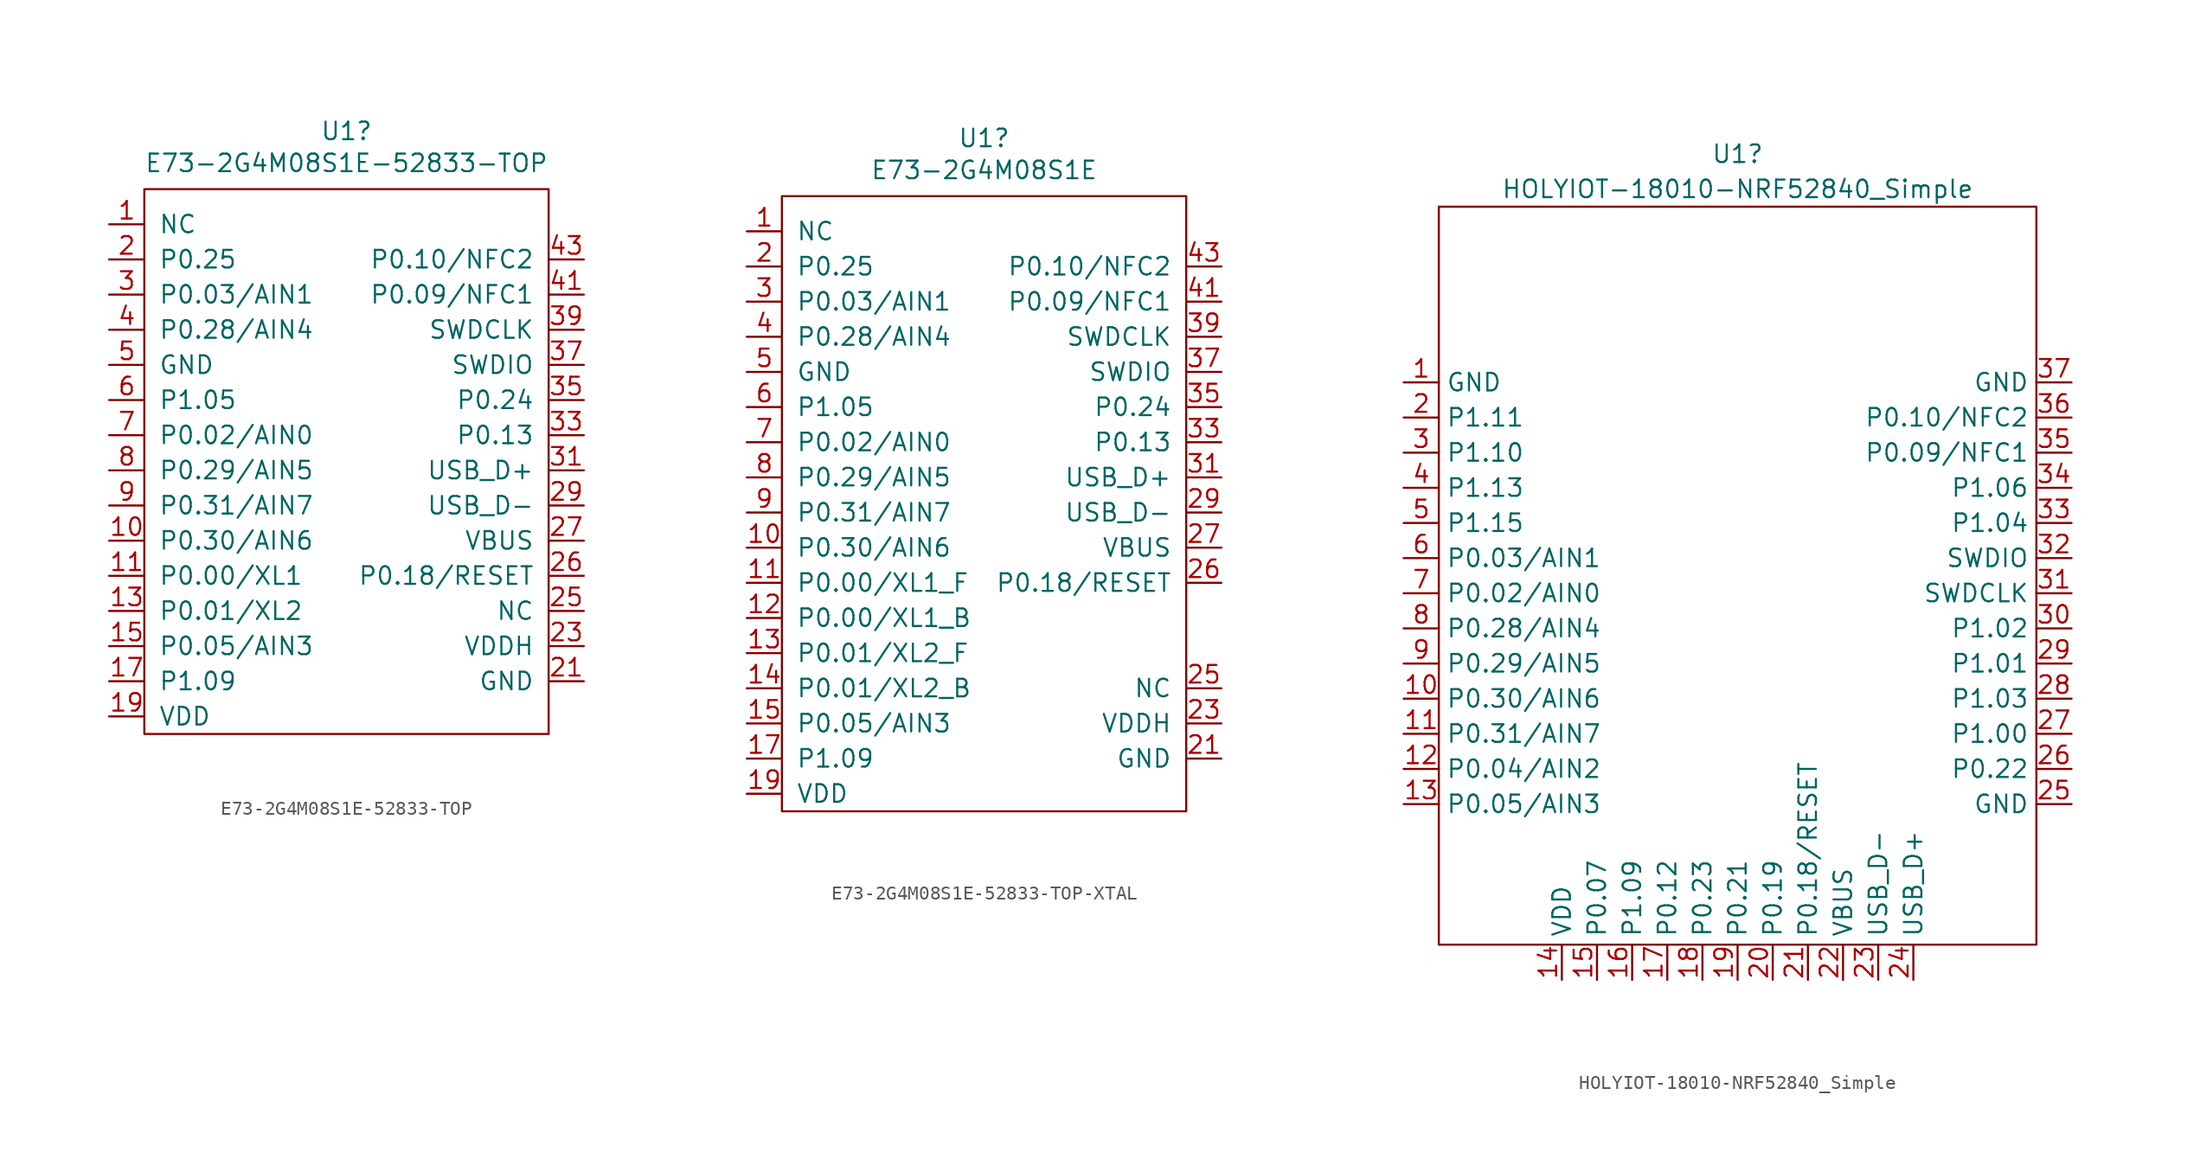
<source format=kicad_sym>
(kicad_symbol_lib
  (version 20231120)
  (generator "kicad_symbol_editor")
  (generator_version "8.0")
  (symbol "E73-2G4M08S1E-52833-TOP"
    (pin_names
      (offset 1.016))
    (property "Reference" "U1"
      (at -0.635 34.671 0)
      (effects (font (size 1.27 1.27))))
    (property "Value" "E73-2G4M08S1E-52833-TOP"
      (at -0.635 32.36 0)
      (effects (font (size 1.27 1.27))))
    (symbol "E73-2G4M08S1E-52833-TOP_0_1"
      (rectangle (start -15.24 30.48) (end 13.97 -8.89) (stroke (width 0) (type default)) (fill (type none))))
    (symbol "E73-2G4M08S1E-52833-TOP_1_1"
      (pin input line (at -17.78 27.94 0) (length 2.54) (name "NC" (effects (font (size 1.27 1.27)))) (number "1" (effects (font (size 1.27 1.27)))))
      (pin input line (at -17.78 5.08 0) (length 2.54) (name "P0.30/AIN6" (effects (font (size 1.27 1.27)))) (number "10" (effects (font (size 1.27 1.27)))))
      (pin input line (at -17.78 2.54 0) (length 2.54) (name "P0.00/XL1" (effects (font (size 1.27 1.27)))) (number "11" (effects (font (size 1.27 1.27)))))
      (pin input line (at -17.78 0 0) (length 2.54) (name "P0.01/XL2" (effects (font (size 1.27 1.27)))) (number "13" (effects (font (size 1.27 1.27)))))
      (pin input line (at -17.78 -2.54 0) (length 2.54) (name "P0.05/AIN3" (effects (font (size 1.27 1.27)))) (number "15" (effects (font (size 1.27 1.27)))))
      (pin input line (at -17.78 -5.08 0) (length 2.54) (name "P1.09" (effects (font (size 1.27 1.27)))) (number "17" (effects (font (size 1.27 1.27)))))
      (pin power_in line (at -17.78 -7.62 0) (length 2.54) (name "VDD" (effects (font (size 1.27 1.27)))) (number "19" (effects (font (size 1.27 1.27)))))
      (pin input line (at -17.78 25.4 0) (length 2.54) (name "P0.25" (effects (font (size 1.27 1.27)))) (number "2" (effects (font (size 1.27 1.27)))))
      (pin power_in line (at 16.51 -5.08 180) (length 2.54) (name "GND" (effects (font (size 1.27 1.27)))) (number "21" (effects (font (size 1.27 1.27)))))
      (pin power_in line (at 16.51 -2.54 180) (length 2.54) (name "VDDH" (effects (font (size 1.27 1.27)))) (number "23" (effects (font (size 1.27 1.27)))))
      (pin power_out line (at 16.51 0 180) (length 2.54) (name "NC" (effects (font (size 1.27 1.27)))) (number "25" (effects (font (size 1.27 1.27)))))
      (pin input line (at 16.51 2.54 180) (length 2.54) (name "P0.18/RESET" (effects (font (size 1.27 1.27)))) (number "26" (effects (font (size 1.27 1.27)))))
      (pin power_in line (at 16.51 5.08 180) (length 2.54) (name "VBUS" (effects (font (size 1.27 1.27)))) (number "27" (effects (font (size 1.27 1.27)))))
      (pin input line (at 16.51 7.62 180) (length 2.54) (name "USB_D-" (effects (font (size 1.27 1.27)))) (number "29" (effects (font (size 1.27 1.27)))))
      (pin input line (at -17.78 22.86 0) (length 2.54) (name "P0.03/AIN1" (effects (font (size 1.27 1.27)))) (number "3" (effects (font (size 1.27 1.27)))))
      (pin input line (at 16.51 10.16 180) (length 2.54) (name "USB_D+" (effects (font (size 1.27 1.27)))) (number "31" (effects (font (size 1.27 1.27)))))
      (pin input line (at 16.51 12.7 180) (length 2.54) (name "P0.13" (effects (font (size 1.27 1.27)))) (number "33" (effects (font (size 1.27 1.27)))))
      (pin input line (at 16.51 15.24 180) (length 2.54) (name "P0.24" (effects (font (size 1.27 1.27)))) (number "35" (effects (font (size 1.27 1.27)))))
      (pin input line (at 16.51 17.78 180) (length 2.54) (name "SWDIO" (effects (font (size 1.27 1.27)))) (number "37" (effects (font (size 1.27 1.27)))))
      (pin input line (at 16.51 20.32 180) (length 2.54) (name "SWDCLK" (effects (font (size 1.27 1.27)))) (number "39" (effects (font (size 1.27 1.27)))))
      (pin input line (at -17.78 20.32 0) (length 2.54) (name "P0.28/AIN4" (effects (font (size 1.27 1.27)))) (number "4" (effects (font (size 1.27 1.27)))))
      (pin input line (at 16.51 22.86 180) (length 2.54) (name "P0.09/NFC1" (effects (font (size 1.27 1.27)))) (number "41" (effects (font (size 1.27 1.27)))))
      (pin input line (at 16.51 25.4 180) (length 2.54) (name "P0.10/NFC2" (effects (font (size 1.27 1.27)))) (number "43" (effects (font (size 1.27 1.27)))))
      (pin power_in line (at -17.78 17.78 0) (length 2.54) (name "GND" (effects (font (size 1.27 1.27)))) (number "5" (effects (font (size 1.27 1.27)))))
      (pin input line (at -17.78 15.24 0) (length 2.54) (name "P1.05" (effects (font (size 1.27 1.27)))) (number "6" (effects (font (size 1.27 1.27)))))
      (pin input line (at -17.78 12.7 0) (length 2.54) (name "P0.02/AIN0" (effects (font (size 1.27 1.27)))) (number "7" (effects (font (size 1.27 1.27)))))
      (pin input line (at -17.78 10.16 0) (length 2.54) (name "P0.29/AIN5" (effects (font (size 1.27 1.27)))) (number "8" (effects (font (size 1.27 1.27)))))
      (pin input line (at -17.78 7.62 0) (length 2.54) (name "P0.31/AIN7" (effects (font (size 1.27 1.27)))) (number "9" (effects (font (size 1.27 1.27)))))))
  (symbol "E73-2G4M08S1E-52833-TOP-XTAL"
    (pin_names
      (offset 1.016))
    (property "Reference" "U1"
      (at -0.635 34.671 0)
      (effects (font (size 1.27 1.27))))
    (property "Value" "E73-2G4M08S1E"
      (at -0.635 32.36 0)
      (effects (font (size 1.27 1.27))))
    (symbol "E73-2G4M08S1E-52833-TOP-XTAL_0_1"
      (rectangle (start -15.24 30.48) (end 13.97 -13.97) (stroke (width 0) (type default)) (fill (type none))))
    (symbol "E73-2G4M08S1E-52833-TOP-XTAL_1_1"
      (pin input line (at -17.78 27.94 0) (length 2.54) (name "NC" (effects (font (size 1.27 1.27)))) (number "1" (effects (font (size 1.27 1.27)))))
      (pin input line (at -17.78 5.08 0) (length 2.54) (name "P0.30/AIN6" (effects (font (size 1.27 1.27)))) (number "10" (effects (font (size 1.27 1.27)))))
      (pin input line (at -17.78 2.54 0) (length 2.54) (name "P0.00/XL1_F" (effects (font (size 1.27 1.27)))) (number "11" (effects (font (size 1.27 1.27)))))
      (pin input line (at -17.78 0 0) (length 2.54) (name "P0.00/XL1_B" (effects (font (size 1.27 1.27)))) (number "12" (effects (font (size 1.27 1.27)))))
      (pin input line (at -17.78 -2.54 0) (length 2.54) (name "P0.01/XL2_F" (effects (font (size 1.27 1.27)))) (number "13" (effects (font (size 1.27 1.27)))))
      (pin input line (at -17.78 -5.08 0) (length 2.54) (name "P0.01/XL2_B" (effects (font (size 1.27 1.27)))) (number "14" (effects (font (size 1.27 1.27)))))
      (pin input line (at -17.78 -7.62 0) (length 2.54) (name "P0.05/AIN3" (effects (font (size 1.27 1.27)))) (number "15" (effects (font (size 1.27 1.27)))))
      (pin input line (at -17.78 -10.16 0) (length 2.54) (name "P1.09" (effects (font (size 1.27 1.27)))) (number "17" (effects (font (size 1.27 1.27)))))
      (pin power_in line (at -17.78 -12.7 0) (length 2.54) (name "VDD" (effects (font (size 1.27 1.27)))) (number "19" (effects (font (size 1.27 1.27)))))
      (pin input line (at -17.78 25.4 0) (length 2.54) (name "P0.25" (effects (font (size 1.27 1.27)))) (number "2" (effects (font (size 1.27 1.27)))))
      (pin power_in line (at 16.51 -10.16 180) (length 2.54) (name "GND" (effects (font (size 1.27 1.27)))) (number "21" (effects (font (size 1.27 1.27)))))
      (pin power_in line (at 16.51 -7.62 180) (length 2.54) (name "VDDH" (effects (font (size 1.27 1.27)))) (number "23" (effects (font (size 1.27 1.27)))))
      (pin power_out line (at 16.51 -5.08 180) (length 2.54) (name "NC" (effects (font (size 1.27 1.27)))) (number "25" (effects (font (size 1.27 1.27)))))
      (pin input line (at 16.51 2.54 180) (length 2.54) (name "P0.18/RESET" (effects (font (size 1.27 1.27)))) (number "26" (effects (font (size 1.27 1.27)))))
      (pin power_in line (at 16.51 5.08 180) (length 2.54) (name "VBUS" (effects (font (size 1.27 1.27)))) (number "27" (effects (font (size 1.27 1.27)))))
      (pin input line (at 16.51 7.62 180) (length 2.54) (name "USB_D-" (effects (font (size 1.27 1.27)))) (number "29" (effects (font (size 1.27 1.27)))))
      (pin input line (at -17.78 22.86 0) (length 2.54) (name "P0.03/AIN1" (effects (font (size 1.27 1.27)))) (number "3" (effects (font (size 1.27 1.27)))))
      (pin input line (at 16.51 10.16 180) (length 2.54) (name "USB_D+" (effects (font (size 1.27 1.27)))) (number "31" (effects (font (size 1.27 1.27)))))
      (pin input line (at 16.51 12.7 180) (length 2.54) (name "P0.13" (effects (font (size 1.27 1.27)))) (number "33" (effects (font (size 1.27 1.27)))))
      (pin input line (at 16.51 15.24 180) (length 2.54) (name "P0.24" (effects (font (size 1.27 1.27)))) (number "35" (effects (font (size 1.27 1.27)))))
      (pin input line (at 16.51 17.78 180) (length 2.54) (name "SWDIO" (effects (font (size 1.27 1.27)))) (number "37" (effects (font (size 1.27 1.27)))))
      (pin input line (at 16.51 20.32 180) (length 2.54) (name "SWDCLK" (effects (font (size 1.27 1.27)))) (number "39" (effects (font (size 1.27 1.27)))))
      (pin input line (at -17.78 20.32 0) (length 2.54) (name "P0.28/AIN4" (effects (font (size 1.27 1.27)))) (number "4" (effects (font (size 1.27 1.27)))))
      (pin input line (at 16.51 22.86 180) (length 2.54) (name "P0.09/NFC1" (effects (font (size 1.27 1.27)))) (number "41" (effects (font (size 1.27 1.27)))))
      (pin input line (at 16.51 25.4 180) (length 2.54) (name "P0.10/NFC2" (effects (font (size 1.27 1.27)))) (number "43" (effects (font (size 1.27 1.27)))))
      (pin power_in line (at -17.78 17.78 0) (length 2.54) (name "GND" (effects (font (size 1.27 1.27)))) (number "5" (effects (font (size 1.27 1.27)))))
      (pin input line (at -17.78 15.24 0) (length 2.54) (name "P1.05" (effects (font (size 1.27 1.27)))) (number "6" (effects (font (size 1.27 1.27)))))
      (pin input line (at -17.78 12.7 0) (length 2.54) (name "P0.02/AIN0" (effects (font (size 1.27 1.27)))) (number "7" (effects (font (size 1.27 1.27)))))
      (pin input line (at -17.78 10.16 0) (length 2.54) (name "P0.29/AIN5" (effects (font (size 1.27 1.27)))) (number "8" (effects (font (size 1.27 1.27)))))
      (pin input line (at -17.78 7.62 0) (length 2.54) (name "P0.31/AIN7" (effects (font (size 1.27 1.27)))) (number "9" (effects (font (size 1.27 1.27)))))))
  (symbol "HOLYIOT-18010-NRF52840_Simple"
    (property "Reference" "U1"
      (at 0 31.75 0)
      (effects (font (size 1.27 1.27))))
    (property "Value" "HOLYIOT-18010-NRF52840_Simple"
      (at 0 29.21 0)
      (effects (font (size 1.27 1.27))))
    (symbol "HOLYIOT-18010-NRF52840_Simple_0_1"
      (rectangle (start -21.59 27.94) (end 21.59 -25.4) (stroke (width 0) (type default)) (fill (type none))))
    (symbol "HOLYIOT-18010-NRF52840_Simple_1_1"
      (pin power_in line (at -24.13 15.24 0) (length 2.54) (name "GND" (effects (font (size 1.27 1.27)))) (number "1" (effects (font (size 1.27 1.27)))))
      (pin input line (at -24.13 -7.62 0) (length 2.54) (name "P0.30/AIN6" (effects (font (size 1.27 1.27)))) (number "10" (effects (font (size 1.27 1.27)))))
      (pin input line (at -24.13 -10.16 0) (length 2.54) (name "P0.31/AIN7" (effects (font (size 1.27 1.27)))) (number "11" (effects (font (size 1.27 1.27)))))
      (pin input line (at -24.13 -12.7 0) (length 2.54) (name "P0.04/AIN2" (effects (font (size 1.27 1.27)))) (number "12" (effects (font (size 1.27 1.27)))))
      (pin input line (at -24.13 -15.24 0) (length 2.54) (name "P0.05/AIN3" (effects (font (size 1.27 1.27)))) (number "13" (effects (font (size 1.27 1.27)))))
      (pin power_in line (at -12.7 -27.94 90) (length 2.54) (name "VDD" (effects (font (size 1.27 1.27)))) (number "14" (effects (font (size 1.27 1.27)))))
      (pin input line (at -10.16 -27.94 90) (length 2.54) (name "P0.07" (effects (font (size 1.27 1.27)))) (number "15" (effects (font (size 1.27 1.27)))))
      (pin input line (at -7.62 -27.94 90) (length 2.54) (name "P1.09" (effects (font (size 1.27 1.27)))) (number "16" (effects (font (size 1.27 1.27)))))
      (pin input line (at -5.08 -27.94 90) (length 2.54) (name "P0.12" (effects (font (size 1.27 1.27)))) (number "17" (effects (font (size 1.27 1.27)))))
      (pin input line (at -2.54 -27.94 90) (length 2.54) (name "P0.23" (effects (font (size 1.27 1.27)))) (number "18" (effects (font (size 1.27 1.27)))))
      (pin input line (at 0 -27.94 90) (length 2.54) (name "P0.21" (effects (font (size 1.27 1.27)))) (number "19" (effects (font (size 1.27 1.27)))))
      (pin input line (at -24.13 12.7 0) (length 2.54) (name "P1.11" (effects (font (size 1.27 1.27)))) (number "2" (effects (font (size 1.27 1.27)))))
      (pin input line (at 2.54 -27.94 90) (length 2.54) (name "P0.19" (effects (font (size 1.27 1.27)))) (number "20" (effects (font (size 1.27 1.27)))))
      (pin input line (at 5.08 -27.94 90) (length 2.54) (name "P0.18/RESET" (effects (font (size 1.27 1.27)))) (number "21" (effects (font (size 1.27 1.27)))))
      (pin power_in line (at 7.62 -27.94 90) (length 2.54) (name "VBUS" (effects (font (size 1.27 1.27)))) (number "22" (effects (font (size 1.27 1.27)))))
      (pin input line (at 10.16 -27.94 90) (length 2.54) (name "USB_D-" (effects (font (size 1.27 1.27)))) (number "23" (effects (font (size 1.27 1.27)))))
      (pin input line (at 12.7 -27.94 90) (length 2.54) (name "USB_D+" (effects (font (size 1.27 1.27)))) (number "24" (effects (font (size 1.27 1.27)))))
      (pin power_in line (at 24.13 -15.24 180) (length 2.54) (name "GND" (effects (font (size 1.27 1.27)))) (number "25" (effects (font (size 1.27 1.27)))))
      (pin input line (at 24.13 -12.7 180) (length 2.54) (name "P0.22" (effects (font (size 1.27 1.27)))) (number "26" (effects (font (size 1.27 1.27)))))
      (pin input line (at 24.13 -10.16 180) (length 2.54) (name "P1.00" (effects (font (size 1.27 1.27)))) (number "27" (effects (font (size 1.27 1.27)))))
      (pin input line (at 24.13 -7.62 180) (length 2.54) (name "P1.03" (effects (font (size 1.27 1.27)))) (number "28" (effects (font (size 1.27 1.27)))))
      (pin input line (at 24.13 -5.08 180) (length 2.54) (name "P1.01" (effects (font (size 1.27 1.27)))) (number "29" (effects (font (size 1.27 1.27)))))
      (pin input line (at -24.13 10.16 0) (length 2.54) (name "P1.10" (effects (font (size 1.27 1.27)))) (number "3" (effects (font (size 1.27 1.27)))))
      (pin input line (at 24.13 -2.54 180) (length 2.54) (name "P1.02" (effects (font (size 1.27 1.27)))) (number "30" (effects (font (size 1.27 1.27)))))
      (pin input line (at 24.13 0 180) (length 2.54) (name "SWDCLK" (effects (font (size 1.27 1.27)))) (number "31" (effects (font (size 1.27 1.27)))))
      (pin input line (at 24.13 2.54 180) (length 2.54) (name "SWDIO" (effects (font (size 1.27 1.27)))) (number "32" (effects (font (size 1.27 1.27)))))
      (pin input line (at 24.13 5.08 180) (length 2.54) (name "P1.04" (effects (font (size 1.27 1.27)))) (number "33" (effects (font (size 1.27 1.27)))))
      (pin input line (at 24.13 7.62 180) (length 2.54) (name "P1.06" (effects (font (size 1.27 1.27)))) (number "34" (effects (font (size 1.27 1.27)))))
      (pin input line (at 24.13 10.16 180) (length 2.54) (name "P0.09/NFC1" (effects (font (size 1.27 1.27)))) (number "35" (effects (font (size 1.27 1.27)))))
      (pin input line (at 24.13 12.7 180) (length 2.54) (name "P0.10/NFC2" (effects (font (size 1.27 1.27)))) (number "36" (effects (font (size 1.27 1.27)))))
      (pin power_in line (at 24.13 15.24 180) (length 2.54) (name "GND" (effects (font (size 1.27 1.27)))) (number "37" (effects (font (size 1.27 1.27)))))
      (pin input line (at -24.13 7.62 0) (length 2.54) (name "P1.13" (effects (font (size 1.27 1.27)))) (number "4" (effects (font (size 1.27 1.27)))))
      (pin input line (at -24.13 5.08 0) (length 2.54) (name "P1.15" (effects (font (size 1.27 1.27)))) (number "5" (effects (font (size 1.27 1.27)))))
      (pin input line (at -24.13 2.54 0) (length 2.54) (name "P0.03/AIN1" (effects (font (size 1.27 1.27)))) (number "6" (effects (font (size 1.27 1.27)))))
      (pin input line (at -24.13 0 0) (length 2.54) (name "P0.02/AIN0" (effects (font (size 1.27 1.27)))) (number "7" (effects (font (size 1.27 1.27)))))
      (pin input line (at -24.13 -2.54 0) (length 2.54) (name "P0.28/AIN4" (effects (font (size 1.27 1.27)))) (number "8" (effects (font (size 1.27 1.27)))))
      (pin input line (at -24.13 -5.08 0) (length 2.54) (name "P0.29/AIN5" (effects (font (size 1.27 1.27)))) (number "9" (effects (font (size 1.27 1.27))))))))
</source>
